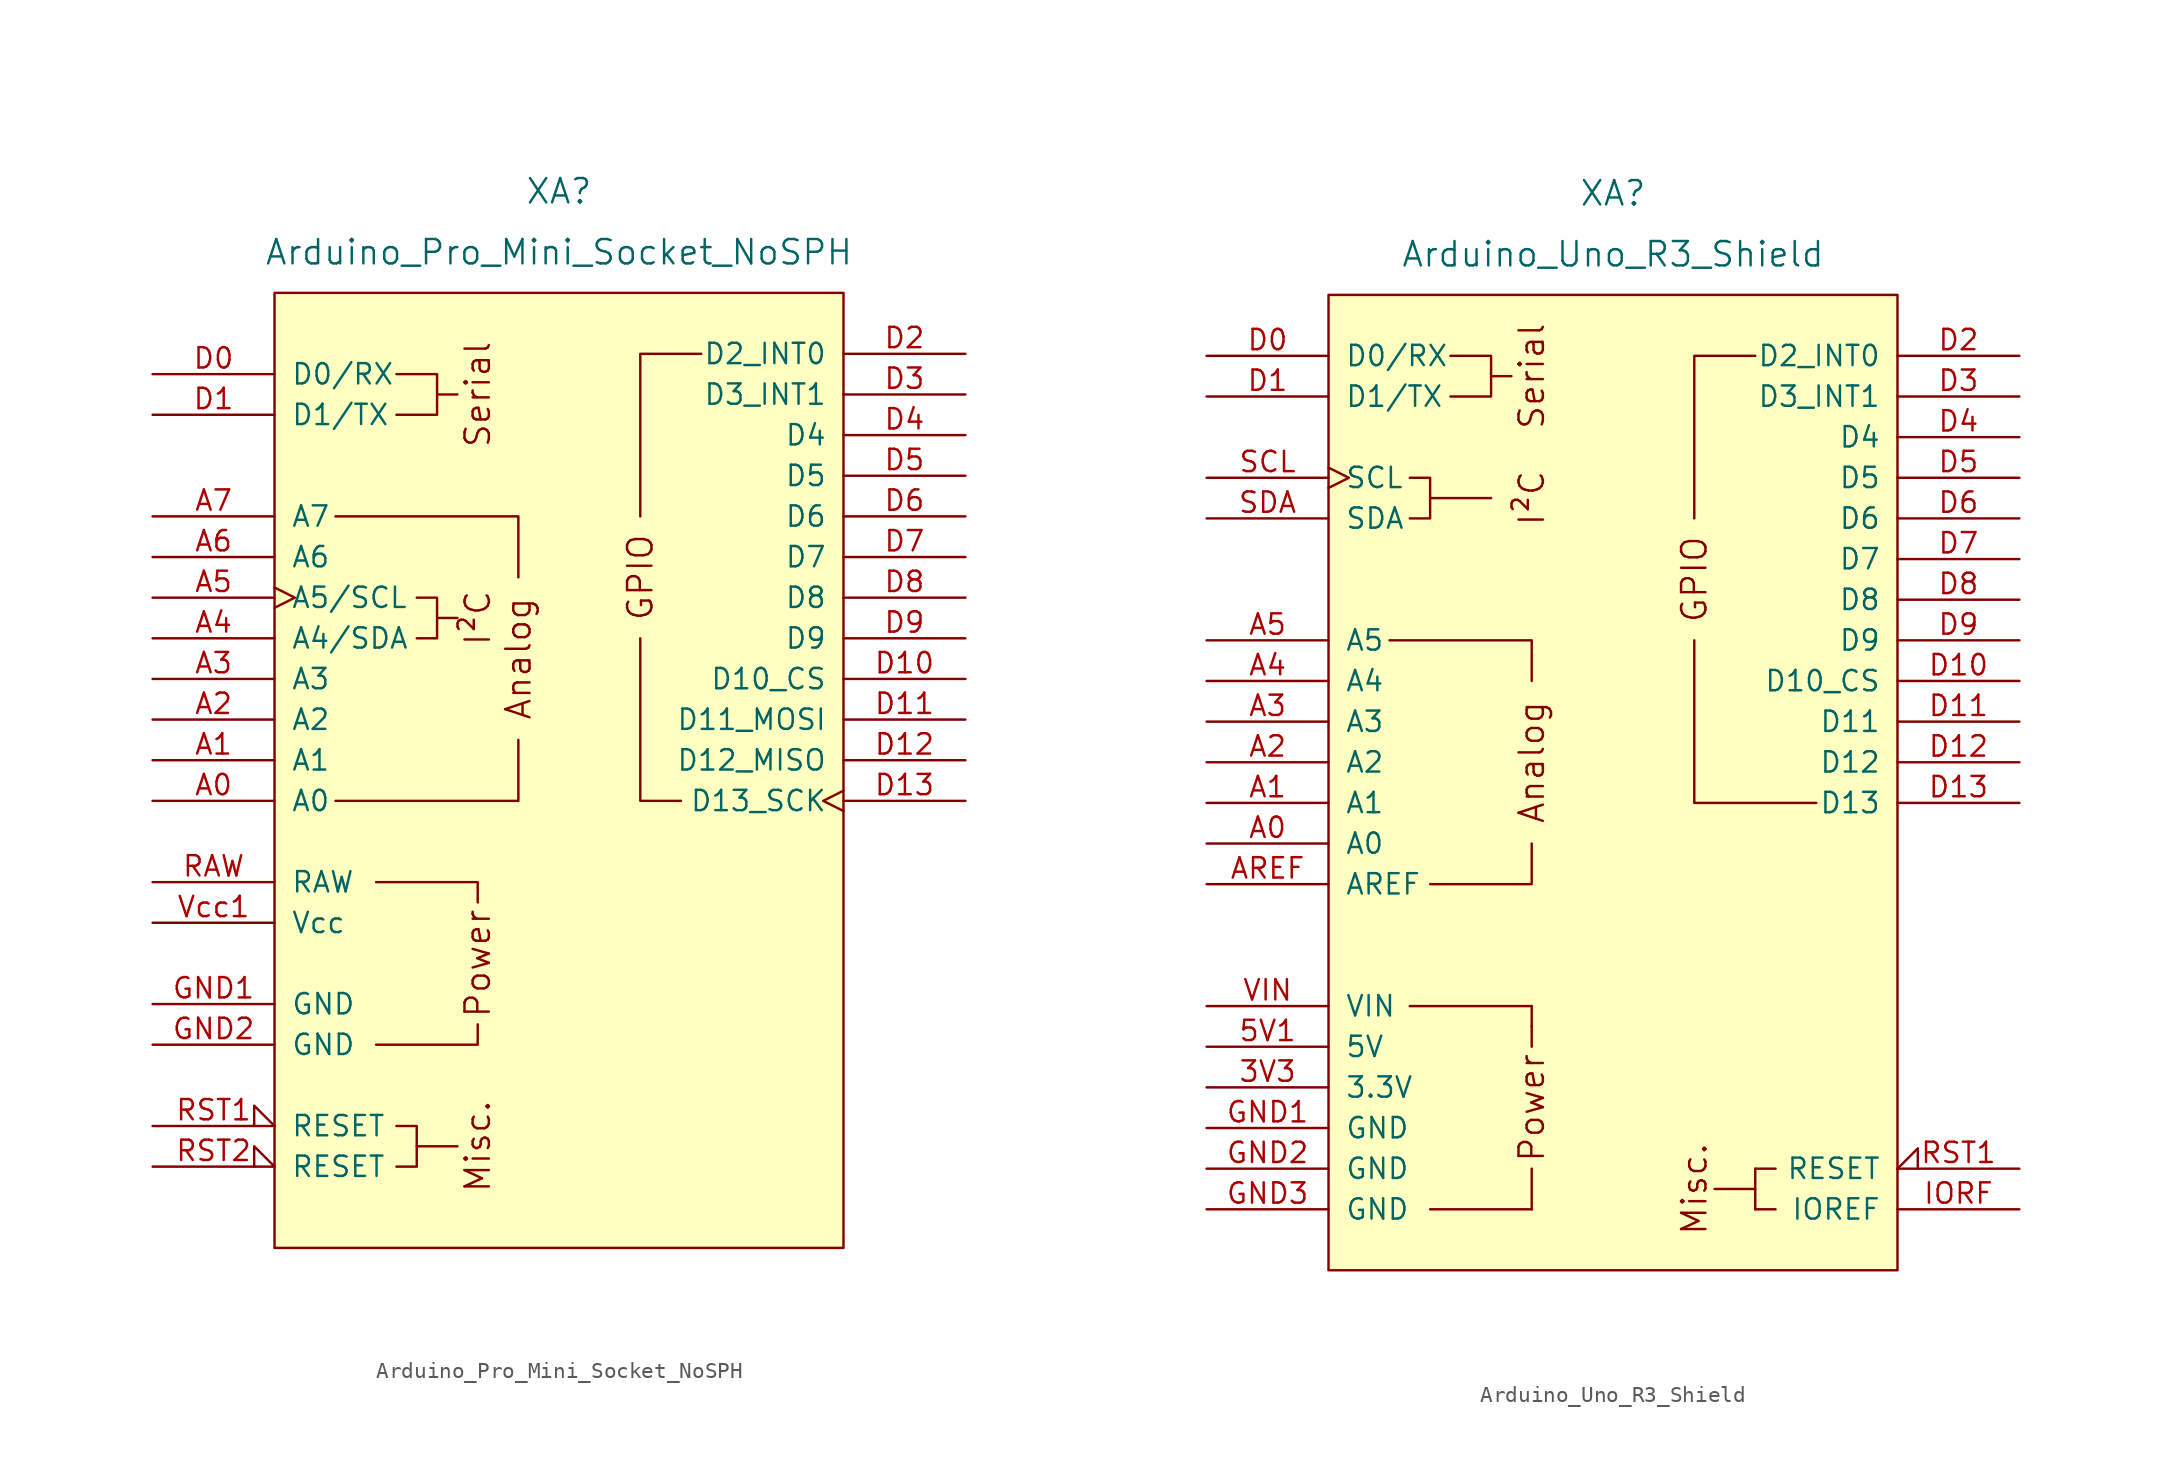
<source format=kicad_sym>
(kicad_symbol_lib
  (version 20211014)
  (generator kicad_symbol_editor)
  (symbol "Arduino_Pro_Mini_Socket_NoSPH"
    (pin_names
      (offset 1.016))
    (property "Reference" "XA"
      (at 0 36.83 0)
      (effects (font (size 1.524 1.524))))
    (property "Value" "Arduino_Pro_Mini_Socket_NoSPH"
      (at 0 33.02 0)
      (effects (font (size 1.524 1.524))))
    (symbol "Arduino_Pro_Mini_Socket_NoSPH_0_0"
      (rectangle (start -17.78 30.48) (end 17.78 -29.21) (stroke (width 0) (type default) (color 0 0 0 0)) (fill (type background)))
      (polyline (pts (xy -7.62 10.16) (xy -6.35 10.16)) (stroke (width 0) (type default) (color 0 0 0 0)) (fill (type none)))
      (polyline (pts (xy -7.62 24.13) (xy -6.35 24.13)) (stroke (width 0) (type default) (color 0 0 0 0)) (fill (type none)))
      (polyline (pts (xy -6.35 -22.86) (xy -8.89 -22.86)) (stroke (width 0) (type default) (color 0 0 0 0)) (fill (type none)))
      (polyline (pts (xy -11.43 -16.51) (xy -5.08 -16.51) (xy -5.08 -15.24)) (stroke (width 0) (type default) (color 0 0 0 0)) (fill (type none)))
      (polyline (pts (xy -5.08 -7.62) (xy -5.08 -6.35) (xy -11.43 -6.35)) (stroke (width 0) (type default) (color 0 0 0 0)) (fill (type none)))
      (polyline (pts (xy -2.54 2.54) (xy -2.54 -1.27) (xy -13.97 -1.27)) (stroke (width 0) (type default) (color 0 0 0 0)) (fill (type none)))
      (polyline (pts (xy -2.54 12.7) (xy -2.54 16.51) (xy -13.97 16.51)) (stroke (width 0) (type default) (color 0 0 0 0)) (fill (type none)))
      (polyline (pts (xy -10.16 25.4) (xy -7.62 25.4) (xy -7.62 22.86) (xy -10.16 22.86)) (stroke (width 0) (type default) (color 0 0 0 0)) (fill (type none)))
      (polyline (pts (xy -8.89 11.43) (xy -7.62 11.43) (xy -7.62 8.89) (xy -8.89 8.89)) (stroke (width 0) (type default) (color 0 0 0 0)) (fill (type none)))
      (text "Analog" (at -2.54 7.62 900) (effects (font (size 1.524 1.524))))
      (text "I²C" (at -5.08 10.16 900) (effects (font (size 1.524 1.524))))
      (text "Misc." (at -5.08 -22.86 900) (effects (font (size 1.524 1.524))))
      (text "Power" (at -5.08 -11.43 900) (effects (font (size 1.524 1.524))))
      (text "Serial" (at -5.08 24.13 900) (effects (font (size 1.524 1.524)))))
    (symbol "Arduino_Pro_Mini_Socket_NoSPH_0_1"
      (polyline (pts (xy 7.62 -1.27) (xy 5.08 -1.27) (xy 5.08 8.89)) (stroke (width 0) (type default) (color 0 0 0 0)) (fill (type none)))
      (polyline (pts (xy 8.89 26.67) (xy 5.08 26.67) (xy 5.08 16.51)) (stroke (width 0) (type default) (color 0 0 0 0)) (fill (type none)))
      (polyline (pts (xy -10.16 -24.13) (xy -8.89 -24.13) (xy -8.89 -21.59) (xy -10.16 -21.59)) (stroke (width 0) (type default) (color 0 0 0 0)) (fill (type none))))
    (symbol "Arduino_Pro_Mini_Socket_NoSPH_1_0"
      (text "GPIO" (at 5.08 12.7 900) (effects (font (size 1.524 1.524)))))
    (symbol "Arduino_Pro_Mini_Socket_NoSPH_1_1"
      (pin bidirectional line (at -25.4 -1.27 0) (length 7.62) (name "A0" (effects (font (size 1.27 1.27)))) (number "A0" (effects (font (size 1.27 1.27)))))
      (pin bidirectional line (at -25.4 1.27 0) (length 7.62) (name "A1" (effects (font (size 1.27 1.27)))) (number "A1" (effects (font (size 1.27 1.27)))))
      (pin bidirectional line (at -25.4 3.81 0) (length 7.62) (name "A2" (effects (font (size 1.27 1.27)))) (number "A2" (effects (font (size 1.27 1.27)))))
      (pin bidirectional line (at -25.4 6.35 0) (length 7.62) (name "A3" (effects (font (size 1.27 1.27)))) (number "A3" (effects (font (size 1.27 1.27)))))
      (pin bidirectional line (at -25.4 8.89 0) (length 7.62) (name "A4/SDA" (effects (font (size 1.27 1.27)))) (number "A4" (effects (font (size 1.27 1.27)))))
      (pin bidirectional clock (at -25.4 11.43 0) (length 7.62) (name "A5/SCL" (effects (font (size 1.27 1.27)))) (number "A5" (effects (font (size 1.27 1.27)))))
      (pin input line (at -25.4 13.97 0) (length 7.62) (name "A6" (effects (font (size 1.27 1.27)))) (number "A6" (effects (font (size 1.27 1.27)))))
      (pin input line (at -25.4 16.51 0) (length 7.62) (name "A7" (effects (font (size 1.27 1.27)))) (number "A7" (effects (font (size 1.27 1.27)))))
      (pin bidirectional line (at -25.4 25.4 0) (length 7.62) (name "D0/RX" (effects (font (size 1.27 1.27)))) (number "D0" (effects (font (size 1.27 1.27)))))
      (pin bidirectional line (at -25.4 22.86 0) (length 7.62) (name "D1/TX" (effects (font (size 1.27 1.27)))) (number "D1" (effects (font (size 1.27 1.27)))))
      (pin bidirectional line (at 25.4 6.35 180) (length 7.62) (name "D10_CS" (effects (font (size 1.27 1.27)))) (number "D10" (effects (font (size 1.27 1.27)))))
      (pin bidirectional line (at 25.4 3.81 180) (length 7.62) (name "D11_MOSI" (effects (font (size 1.27 1.27)))) (number "D11" (effects (font (size 1.27 1.27)))))
      (pin bidirectional line (at 25.4 1.27 180) (length 7.62) (name "D12_MISO" (effects (font (size 1.27 1.27)))) (number "D12" (effects (font (size 1.27 1.27)))))
      (pin bidirectional clock (at 25.4 -1.27 180) (length 7.62) (name "D13_SCK" (effects (font (size 1.27 1.27)))) (number "D13" (effects (font (size 1.27 1.27)))))
      (pin bidirectional line (at 25.4 26.67 180) (length 7.62) (name "D2_INT0" (effects (font (size 1.27 1.27)))) (number "D2" (effects (font (size 1.27 1.27)))))
      (pin bidirectional line (at 25.4 24.13 180) (length 7.62) (name "D3_INT1" (effects (font (size 1.27 1.27)))) (number "D3" (effects (font (size 1.27 1.27)))))
      (pin bidirectional line (at 25.4 21.59 180) (length 7.62) (name "D4" (effects (font (size 1.27 1.27)))) (number "D4" (effects (font (size 1.27 1.27)))))
      (pin bidirectional line (at 25.4 19.05 180) (length 7.62) (name "D5" (effects (font (size 1.27 1.27)))) (number "D5" (effects (font (size 1.27 1.27)))))
      (pin bidirectional line (at 25.4 16.51 180) (length 7.62) (name "D6" (effects (font (size 1.27 1.27)))) (number "D6" (effects (font (size 1.27 1.27)))))
      (pin bidirectional line (at 25.4 13.97 180) (length 7.62) (name "D7" (effects (font (size 1.27 1.27)))) (number "D7" (effects (font (size 1.27 1.27)))))
      (pin bidirectional line (at 25.4 11.43 180) (length 7.62) (name "D8" (effects (font (size 1.27 1.27)))) (number "D8" (effects (font (size 1.27 1.27)))))
      (pin bidirectional line (at 25.4 8.89 180) (length 7.62) (name "D9" (effects (font (size 1.27 1.27)))) (number "D9" (effects (font (size 1.27 1.27)))))
      (pin power_in line (at -25.4 -13.97 0) (length 7.62) (name "GND" (effects (font (size 1.27 1.27)))) (number "GND1" (effects (font (size 1.27 1.27)))))
      (pin power_in line (at -25.4 -16.51 0) (length 7.62) (name "GND" (effects (font (size 1.27 1.27)))) (number "GND2" (effects (font (size 1.27 1.27)))))
      (pin power_in line (at -25.4 -6.35 0) (length 7.62) (name "RAW" (effects (font (size 1.27 1.27)))) (number "RAW" (effects (font (size 1.27 1.27)))))
      (pin open_collector input_low (at -25.4 -21.59 0) (length 7.62) (name "RESET" (effects (font (size 1.27 1.27)))) (number "RST1" (effects (font (size 1.27 1.27)))))
      (pin open_collector input_low (at -25.4 -24.13 0) (length 7.62) (name "RESET" (effects (font (size 1.27 1.27)))) (number "RST2" (effects (font (size 1.27 1.27)))))
      (pin power_in line (at -25.4 -8.89 0) (length 7.62) (name "Vcc" (effects (font (size 1.27 1.27)))) (number "Vcc1" (effects (font (size 1.27 1.27)))))))
  (symbol "Arduino_Uno_R3_Shield"
    (pin_names
      (offset 1.016))
    (property "Reference" "XA"
      (at 0 36.83 0)
      (effects (font (size 1.524 1.524))))
    (property "Value" "Arduino_Uno_R3_Shield"
      (at 0 33.02 0)
      (effects (font (size 1.524 1.524))))
    (symbol "Arduino_Uno_R3_Shield_0_0"
      (rectangle (start -17.78 30.48) (end 17.78 -30.48) (stroke (width 0) (type default) (color 0 0 0 0)) (fill (type background)))
      (rectangle (start -12.7 -13.97) (end -5.08 -13.97) (stroke (width 0) (type default) (color 0 0 0 0)) (fill (type none)))
      (rectangle (start -11.43 -26.67) (end -5.08 -26.67) (stroke (width 0) (type default) (color 0 0 0 0)) (fill (type none)))
      (polyline (pts (xy -11.43 17.78) (xy -7.62 17.78)) (stroke (width 0) (type default) (color 0 0 0 0)) (fill (type none)))
      (polyline (pts (xy -7.62 25.4) (xy -6.35 25.4)) (stroke (width 0) (type default) (color 0 0 0 0)) (fill (type none)))
      (polyline (pts (xy -5.08 -26.67) (xy -5.08 -24.13)) (stroke (width 0) (type default) (color 0 0 0 0)) (fill (type none)))
      (polyline (pts (xy -5.08 -15.24) (xy -5.08 -16.51)) (stroke (width 0) (type default) (color 0 0 0 0)) (fill (type none)))
      (polyline (pts (xy -5.08 -13.97) (xy -5.08 -15.24)) (stroke (width 0) (type default) (color 0 0 0 0)) (fill (type none)))
      (polyline (pts (xy -5.08 -3.81) (xy -5.08 -6.35) (xy -11.43 -6.35)) (stroke (width 0) (type default) (color 0 0 0 0)) (fill (type none)))
      (polyline (pts (xy -5.08 6.35) (xy -5.08 8.89) (xy -13.97 8.89)) (stroke (width 0) (type default) (color 0 0 0 0)) (fill (type none)))
      (polyline (pts (xy 5.08 8.89) (xy 5.08 -1.27) (xy 12.7 -1.27)) (stroke (width 0) (type default) (color 0 0 0 0)) (fill (type none)))
      (polyline (pts (xy 5.08 16.51) (xy 5.08 26.67) (xy 8.89 26.67)) (stroke (width 0) (type default) (color 0 0 0 0)) (fill (type none)))
      (polyline (pts (xy -12.7 19.05) (xy -11.43 19.05) (xy -11.43 16.51) (xy -12.7 16.51)) (stroke (width 0) (type default) (color 0 0 0 0)) (fill (type none)))
      (polyline (pts (xy -10.16 26.67) (xy -7.62 26.67) (xy -7.62 24.13) (xy -10.16 24.13)) (stroke (width 0) (type default) (color 0 0 0 0)) (fill (type none)))
      (rectangle (start 8.89 -25.4) (end 6.35 -25.4) (stroke (width 0) (type default) (color 0 0 0 0)) (fill (type none)))
      (rectangle (start 8.89 -24.13) (end 8.89 -26.67) (stroke (width 0) (type default) (color 0 0 0 0)) (fill (type none)))
      (rectangle (start 10.16 -26.67) (end 8.89 -26.67) (stroke (width 0) (type default) (color 0 0 0 0)) (fill (type none)))
      (rectangle (start 10.16 -24.13) (end 8.89 -24.13) (stroke (width 0) (type default) (color 0 0 0 0)) (fill (type none)))
      (text "Analog" (at -5.08 1.27 900) (effects (font (size 1.524 1.524))))
      (text "I²C" (at -5.08 17.78 900) (effects (font (size 1.524 1.524))))
      (text "Misc." (at 5.08 -25.4 900) (effects (font (size 1.524 1.524))))
      (text "Power" (at -5.08 -20.32 900) (effects (font (size 1.524 1.524))))
      (text "Serial" (at -5.08 25.4 900) (effects (font (size 1.524 1.524)))))
    (symbol "Arduino_Uno_R3_Shield_1_0"
      (text "GPIO" (at 5.08 12.7 900) (effects (font (size 1.524 1.524)))))
    (symbol "Arduino_Uno_R3_Shield_1_1"
      (pin power_out line (at -25.4 -19.05 0) (length 7.62) (name "3.3V" (effects (font (size 1.27 1.27)))) (number "3V3" (effects (font (size 1.27 1.27)))))
      (pin power_in line (at -25.4 -16.51 0) (length 7.62) (name "5V" (effects (font (size 1.27 1.27)))) (number "5V1" (effects (font (size 1.27 1.27)))))
      (pin bidirectional line (at -25.4 -3.81 0) (length 7.62) (name "A0" (effects (font (size 1.27 1.27)))) (number "A0" (effects (font (size 1.27 1.27)))))
      (pin bidirectional line (at -25.4 -1.27 0) (length 7.62) (name "A1" (effects (font (size 1.27 1.27)))) (number "A1" (effects (font (size 1.27 1.27)))))
      (pin bidirectional line (at -25.4 1.27 0) (length 7.62) (name "A2" (effects (font (size 1.27 1.27)))) (number "A2" (effects (font (size 1.27 1.27)))))
      (pin bidirectional line (at -25.4 3.81 0) (length 7.62) (name "A3" (effects (font (size 1.27 1.27)))) (number "A3" (effects (font (size 1.27 1.27)))))
      (pin bidirectional line (at -25.4 6.35 0) (length 7.62) (name "A4" (effects (font (size 1.27 1.27)))) (number "A4" (effects (font (size 1.27 1.27)))))
      (pin bidirectional line (at -25.4 8.89 0) (length 7.62) (name "A5" (effects (font (size 1.27 1.27)))) (number "A5" (effects (font (size 1.27 1.27)))))
      (pin input line (at -25.4 -6.35 0) (length 7.62) (name "AREF" (effects (font (size 1.27 1.27)))) (number "AREF" (effects (font (size 1.27 1.27)))))
      (pin bidirectional line (at -25.4 26.67 0) (length 7.62) (name "D0/RX" (effects (font (size 1.27 1.27)))) (number "D0" (effects (font (size 1.27 1.27)))))
      (pin bidirectional line (at -25.4 24.13 0) (length 7.62) (name "D1/TX" (effects (font (size 1.27 1.27)))) (number "D1" (effects (font (size 1.27 1.27)))))
      (pin bidirectional line (at 25.4 6.35 180) (length 7.62) (name "D10_CS" (effects (font (size 1.27 1.27)))) (number "D10" (effects (font (size 1.27 1.27)))))
      (pin bidirectional line (at 25.4 3.81 180) (length 7.62) (name "D11" (effects (font (size 1.27 1.27)))) (number "D11" (effects (font (size 1.27 1.27)))))
      (pin bidirectional line (at 25.4 1.27 180) (length 7.62) (name "D12" (effects (font (size 1.27 1.27)))) (number "D12" (effects (font (size 1.27 1.27)))))
      (pin bidirectional line (at 25.4 -1.27 180) (length 7.62) (name "D13" (effects (font (size 1.27 1.27)))) (number "D13" (effects (font (size 1.27 1.27)))))
      (pin bidirectional line (at 25.4 26.67 180) (length 7.62) (name "D2_INT0" (effects (font (size 1.27 1.27)))) (number "D2" (effects (font (size 1.27 1.27)))))
      (pin bidirectional line (at 25.4 24.13 180) (length 7.62) (name "D3_INT1" (effects (font (size 1.27 1.27)))) (number "D3" (effects (font (size 1.27 1.27)))))
      (pin bidirectional line (at 25.4 21.59 180) (length 7.62) (name "D4" (effects (font (size 1.27 1.27)))) (number "D4" (effects (font (size 1.27 1.27)))))
      (pin bidirectional line (at 25.4 19.05 180) (length 7.62) (name "D5" (effects (font (size 1.27 1.27)))) (number "D5" (effects (font (size 1.27 1.27)))))
      (pin bidirectional line (at 25.4 16.51 180) (length 7.62) (name "D6" (effects (font (size 1.27 1.27)))) (number "D6" (effects (font (size 1.27 1.27)))))
      (pin bidirectional line (at 25.4 13.97 180) (length 7.62) (name "D7" (effects (font (size 1.27 1.27)))) (number "D7" (effects (font (size 1.27 1.27)))))
      (pin bidirectional line (at 25.4 11.43 180) (length 7.62) (name "D8" (effects (font (size 1.27 1.27)))) (number "D8" (effects (font (size 1.27 1.27)))))
      (pin bidirectional line (at 25.4 8.89 180) (length 7.62) (name "D9" (effects (font (size 1.27 1.27)))) (number "D9" (effects (font (size 1.27 1.27)))))
      (pin power_in line (at -25.4 -21.59 0) (length 7.62) (name "GND" (effects (font (size 1.27 1.27)))) (number "GND1" (effects (font (size 1.27 1.27)))))
      (pin power_in line (at -25.4 -24.13 0) (length 7.62) (name "GND" (effects (font (size 1.27 1.27)))) (number "GND2" (effects (font (size 1.27 1.27)))))
      (pin power_in line (at -25.4 -26.67 0) (length 7.62) (name "GND" (effects (font (size 1.27 1.27)))) (number "GND3" (effects (font (size 1.27 1.27)))))
      (pin output line (at 25.4 -26.67 180) (length 7.62) (name "IOREF" (effects (font (size 1.27 1.27)))) (number "IORF" (effects (font (size 1.27 1.27)))))
      (pin open_collector input_low (at 25.4 -24.13 180) (length 7.62) (name "RESET" (effects (font (size 1.27 1.27)))) (number "RST1" (effects (font (size 1.27 1.27)))))
      (pin bidirectional clock (at -25.4 19.05 0) (length 7.62) (name "SCL" (effects (font (size 1.27 1.27)))) (number "SCL" (effects (font (size 1.27 1.27)))))
      (pin bidirectional line (at -25.4 16.51 0) (length 7.62) (name "SDA" (effects (font (size 1.27 1.27)))) (number "SDA" (effects (font (size 1.27 1.27)))))
      (pin power_in line (at -25.4 -13.97 0) (length 7.62) (name "VIN" (effects (font (size 1.27 1.27)))) (number "VIN" (effects (font (size 1.27 1.27))))))))
</source>
